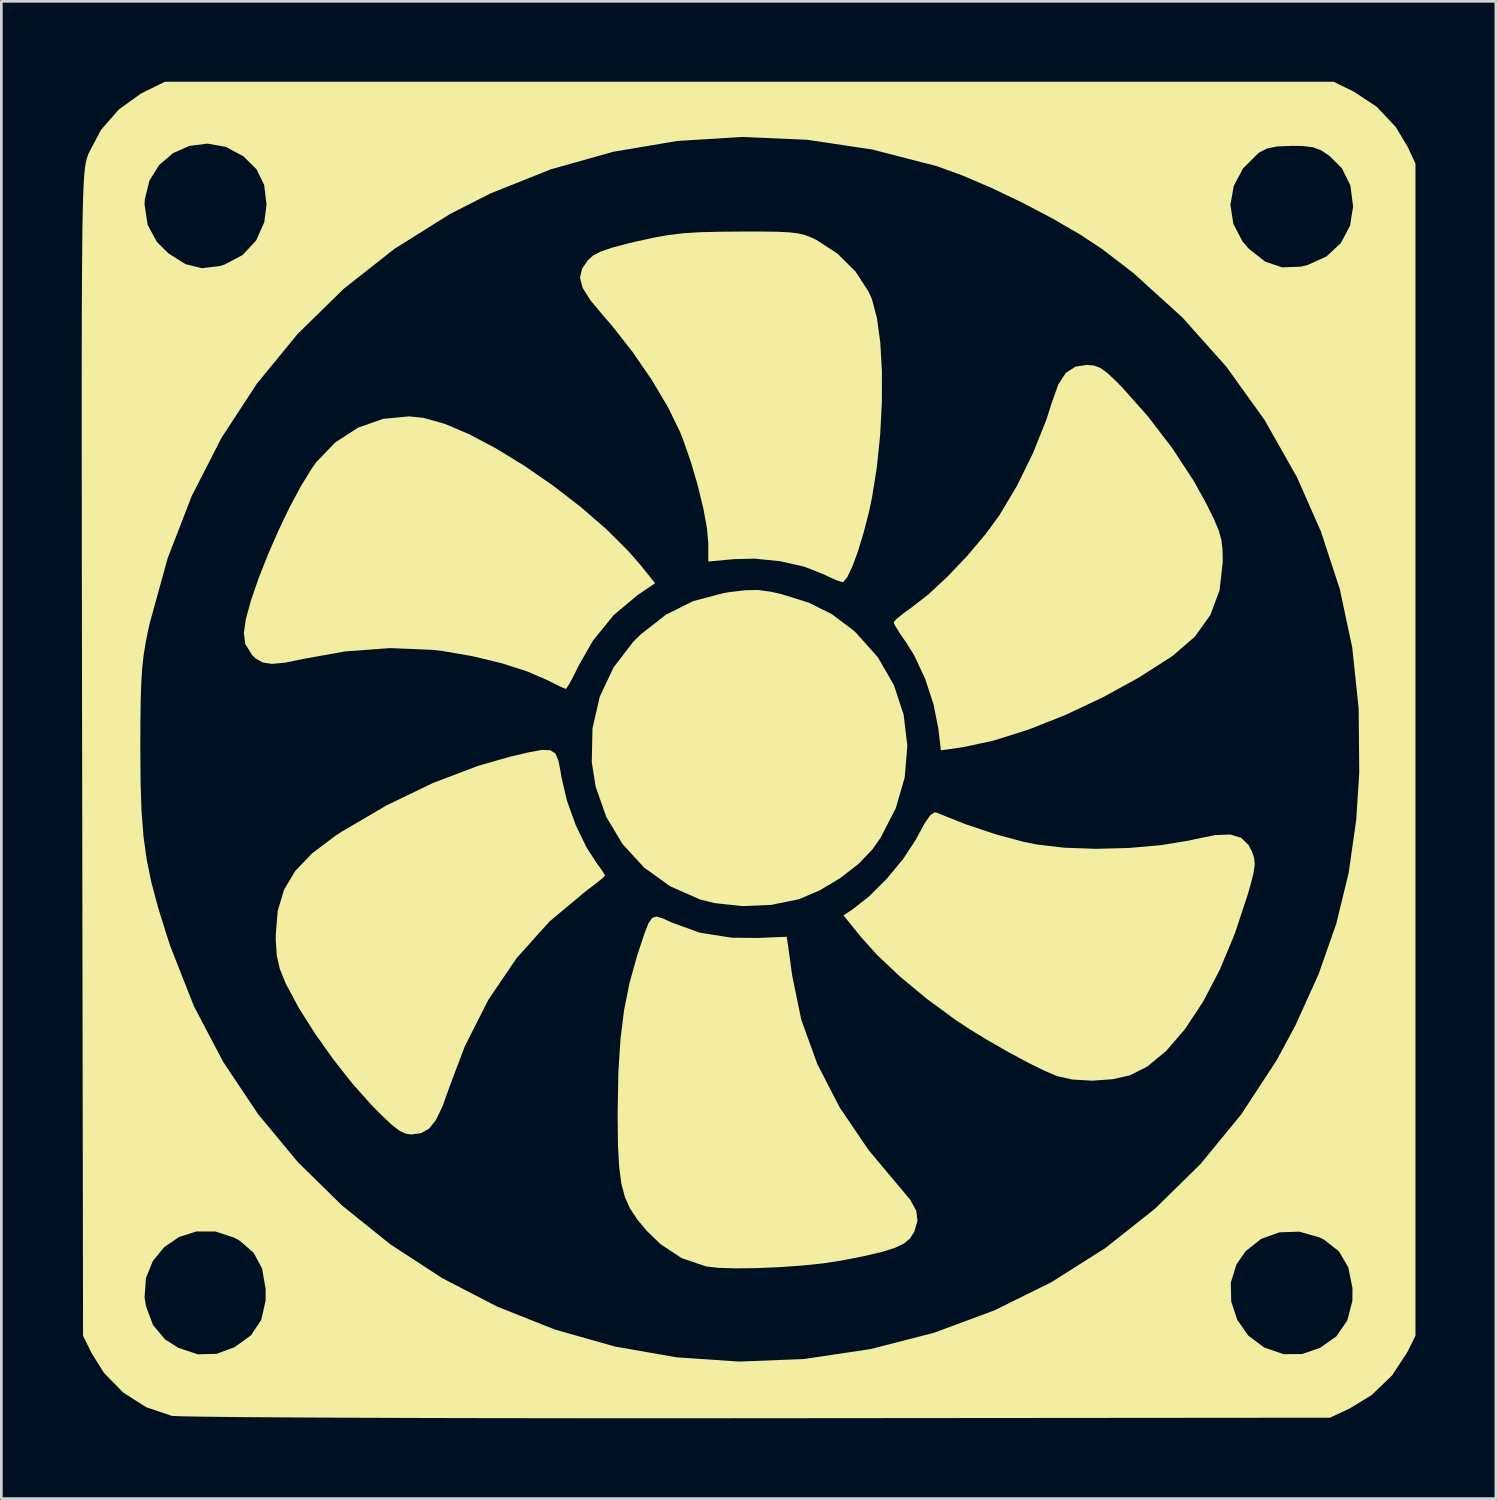
<source format=kicad_pcb>
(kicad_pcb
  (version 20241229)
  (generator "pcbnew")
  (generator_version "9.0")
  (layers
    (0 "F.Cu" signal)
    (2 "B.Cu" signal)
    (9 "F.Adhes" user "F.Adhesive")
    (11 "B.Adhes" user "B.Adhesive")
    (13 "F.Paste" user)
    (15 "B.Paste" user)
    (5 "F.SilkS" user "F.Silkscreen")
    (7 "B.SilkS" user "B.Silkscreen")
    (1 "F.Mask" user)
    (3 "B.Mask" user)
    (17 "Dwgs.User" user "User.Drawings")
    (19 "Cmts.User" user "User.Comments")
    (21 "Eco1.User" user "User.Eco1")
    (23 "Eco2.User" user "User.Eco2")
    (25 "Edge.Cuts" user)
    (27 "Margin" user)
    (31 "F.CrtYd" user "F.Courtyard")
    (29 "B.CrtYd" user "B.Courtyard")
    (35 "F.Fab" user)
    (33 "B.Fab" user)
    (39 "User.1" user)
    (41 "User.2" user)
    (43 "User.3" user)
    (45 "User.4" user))
  (footprint "fan"
    (layer "F.Cu")
    (at 24.852 24.935)
    (property "Reference" "fan" (at 0 0 0) (layer "F.SilkS") (effects (font (size 1.5 1.5) (thickness 0.3))))
    (attr board_only exclude_from_pos_files exclude_from_bom)
    (fp_poly (pts (xy 0.872 -5.898) (xy 1.259 -5.81) (xy 2.288 -5.489) (xy 3.149 -5.059) (xy 3.93 -4.474) (xy 4.047 -4.369) (xy 4.869 -3.447) (xy 5.465 -2.414) (xy 5.831 -1.301) (xy 5.967 -0.142) (xy 5.869 1.033) (xy 5.534 2.19) (xy 4.961 3.298) (xy 4.669 3.714) (xy 4.15 4.259) (xy 3.463 4.791) (xy 2.699 5.249) (xy 1.95 5.569) (xy 1.902 5.584) (xy 0.894 5.791) (xy -0.191 5.838) (xy -1.24 5.724) (xy -1.775 5.589) (xy -2.886 5.099) (xy -3.856 4.402) (xy -4.659 3.528) (xy -5.271 2.509) (xy -5.669 1.373) (xy -5.812 0.465) (xy -5.786 -0.798) (xy -5.512 -1.984) (xy -5 -3.071) (xy -4.257 -4.037) (xy -3.989 -4.301) (xy -3.04 -5.042) (xy -2.024 -5.548) (xy -0.876 -5.85) (xy -0.682 -5.881) (xy -0.073 -5.954) (xy 0.402 -5.961)) (stroke (width 0) (type solid)) (fill yes) (layer "F.SilkS"))
    (fp_poly (pts (xy -12.101 -12.388) (xy -11.308 -12.167) (xy -10.383 -11.773) (xy -9.369 -11.236) (xy -8.308 -10.584) (xy -7.241 -9.846) (xy -6.212 -9.05) (xy -5.262 -8.226) (xy -4.435 -7.401) (xy -3.97 -6.864) (xy -3.448 -6.214) (xy -4.1 -5.775) (xy -4.993 -5.026) (xy -5.765 -4.077) (xy -6.29 -3.161) (xy -6.503 -2.731) (xy -6.675 -2.415) (xy -6.775 -2.272) (xy -6.782 -2.27) (xy -6.928 -2.328) (xy -7.23 -2.474) (xy -7.471 -2.597) (xy -8.241 -2.929) (xy -9.198 -3.234) (xy -10.264 -3.491) (xy -11.359 -3.68) (xy -11.742 -3.727) (xy -13.338 -3.793) (xy -15.025 -3.668) (xy -16.594 -3.387) (xy -17.267 -3.249) (xy -17.748 -3.203) (xy -18.093 -3.255) (xy -18.361 -3.408) (xy -18.492 -3.532) (xy -18.749 -3.952) (xy -18.799 -4.363) (xy -18.724 -4.874) (xy -18.537 -5.563) (xy -18.257 -6.376) (xy -17.909 -7.262) (xy -17.514 -8.168) (xy -17.094 -9.044) (xy -16.671 -9.836) (xy -16.267 -10.493) (xy -16.103 -10.724) (xy -15.387 -11.471) (xy -14.541 -12.018) (xy -13.608 -12.349) (xy -12.634 -12.443)) (stroke (width 0) (type solid)) (fill yes) (layer "F.SilkS"))
    (fp_poly (pts (xy 12.934 -14.341) (xy 13.174 -14.252) (xy 13.443 -14.055) (xy 13.802 -13.713) (xy 13.98 -13.531) (xy 14.948 -12.443) (xy 15.863 -11.246) (xy 16.66 -10.029) (xy 17.119 -9.202) (xy 17.406 -8.62) (xy 17.589 -8.19) (xy 17.69 -7.833) (xy 17.733 -7.465) (xy 17.74 -7.008) (xy 17.622 -5.952) (xy 17.278 -5.028) (xy 16.698 -4.218) (xy 15.875 -3.507) (xy 15.849 -3.489) (xy 14.602 -2.689) (xy 13.256 -1.951) (xy 11.868 -1.297) (xy 10.495 -0.753) (xy 9.193 -0.342) (xy 8.019 -0.089) (xy 7.898 -0.072) (xy 7.218 0.02) (xy 7.129 -0.755) (xy 6.945 -1.696) (xy 6.627 -2.66) (xy 6.215 -3.537) (xy 5.931 -3.989) (xy 5.68 -4.354) (xy 5.508 -4.635) (xy 5.456 -4.754) (xy 5.559 -4.877) (xy 5.822 -5.091) (xy 6.088 -5.28) (xy 6.746 -5.792) (xy 7.473 -6.467) (xy 8.208 -7.241) (xy 8.888 -8.048) (xy 9.405 -8.755) (xy 10.058 -9.847) (xy 10.659 -11.072) (xy 11.154 -12.308) (xy 11.364 -12.966) (xy 11.603 -13.633) (xy 11.886 -14.067) (xy 12.242 -14.299) (xy 12.661 -14.362)) (stroke (width 0) (type solid)) (fill yes) (layer "F.SilkS"))
    (fp_poly (pts (xy -7.364 0.018) (xy -7.174 0.14) (xy -7.061 0.394) (xy -6.981 0.797) (xy -6.945 1.024) (xy -6.737 1.911) (xy -6.407 2.826) (xy -5.998 3.666) (xy -5.645 4.21) (xy -5.44 4.493) (xy -5.327 4.676) (xy -5.319 4.7) (xy -5.419 4.803) (xy -5.678 5.012) (xy -6.008 5.257) (xy -7.391 6.413) (xy -8.615 7.776) (xy -9.672 9.333) (xy -10.551 11.07) (xy -11.116 12.564) (xy -11.381 13.306) (xy -11.629 13.822) (xy -11.888 14.146) (xy -12.186 14.314) (xy -12.548 14.362) (xy -12.764 14.332) (xy -12.995 14.221) (xy -13.284 13.996) (xy -13.676 13.626) (xy -14.039 13.257) (xy -14.742 12.471) (xy -15.463 11.555) (xy -16.151 10.584) (xy -16.751 9.633) (xy -17.211 8.777) (xy -17.243 8.708) (xy -17.456 8.184) (xy -17.569 7.7) (xy -17.608 7.124) (xy -17.609 6.915) (xy -17.535 6.011) (xy -17.3 5.227) (xy -16.879 4.524) (xy -16.249 3.866) (xy -15.385 3.214) (xy -15.169 3.072) (xy -13.472 2.078) (xy -11.745 1.244) (xy -10.047 0.599) (xy -8.854 0.259) (xy -8.158 0.096) (xy -7.677 0.009)) (stroke (width 0) (type solid)) (fill yes) (layer "F.SilkS"))
    (fp_poly (pts (xy 7.048 2.346) (xy 8.141 2.782) (xy 9.254 3.155) (xy 10.292 3.435) (xy 10.792 3.537) (xy 11.823 3.658) (xy 13.004 3.7) (xy 14.239 3.668) (xy 15.432 3.563) (xy 16.487 3.39) (xy 16.714 3.338) (xy 17.47 3.186) (xy 18.028 3.166) (xy 18.426 3.288) (xy 18.704 3.558) (xy 18.83 3.799) (xy 18.912 4.039) (xy 18.935 4.279) (xy 18.892 4.592) (xy 18.776 5.05) (xy 18.686 5.367) (xy 18.195 6.856) (xy 17.63 8.211) (xy 17.005 9.408) (xy 16.334 10.426) (xy 15.633 11.242) (xy 14.915 11.834) (xy 14.271 12.156) (xy 13.617 12.302) (xy 12.863 12.354) (xy 12.127 12.312) (xy 11.555 12.184) (xy 11.082 11.983) (xy 10.454 11.672) (xy 9.737 11.286) (xy 8.996 10.861) (xy 8.297 10.436) (xy 7.774 10.092) (xy 6.692 9.297) (xy 5.694 8.47) (xy 4.837 7.659) (xy 4.254 7.011) (xy 3.583 6.184) (xy 3.886 5.987) (xy 4.535 5.479) (xy 5.204 4.812) (xy 5.814 4.073) (xy 6.288 3.35) (xy 6.346 3.241) (xy 6.624 2.73) (xy 6.83 2.439) (xy 6.986 2.337)) (stroke (width 0) (type solid)) (fill yes) (layer "F.SilkS"))
    (fp_poly (pts (xy -3.161 6.298) (xy -2.855 6.441) (xy -1.775 6.832) (xy -0.598 7.017) (xy 0.366 7.027) (xy 1.464 6.982) (xy 1.524 7.381) (xy 1.578 7.763) (xy 1.643 8.246) (xy 1.666 8.419) (xy 2.007 10.075) (xy 2.604 11.728) (xy 3.446 13.361) (xy 4.524 14.951) (xy 5.649 16.291) (xy 6.073 16.797) (xy 6.299 17.207) (xy 6.347 17.578) (xy 6.234 17.968) (xy 6.209 18.022) (xy 6.065 18.245) (xy 5.845 18.431) (xy 5.509 18.593) (xy 5.022 18.746) (xy 4.344 18.904) (xy 3.475 19.075) (xy 2.811 19.175) (xy 2.022 19.256) (xy 1.17 19.316) (xy 0.322 19.352) (xy -0.457 19.36) (xy -1.103 19.34) (xy -1.55 19.287) (xy -1.55 19.287) (xy -2.452 18.98) (xy -3.25 18.456) (xy -3.762 17.956) (xy -4.113 17.537) (xy -4.38 17.133) (xy -4.576 16.699) (xy -4.709 16.189) (xy -4.791 15.56) (xy -4.834 14.768) (xy -4.846 13.767) (xy -4.845 13.431) (xy -4.818 12.011) (xy -4.74 10.79) (xy -4.604 9.707) (xy -4.401 8.699) (xy -4.123 7.703) (xy -4.046 7.465) (xy -3.845 6.862) (xy -3.695 6.477) (xy -3.556 6.277) (xy -3.391 6.228)) (stroke (width 0) (type solid)) (fill yes) (layer "F.SilkS"))
    (fp_poly (pts (xy 1.123 -19.334) (xy 1.573 -19.312) (xy 1.905 -19.271) (xy 2.166 -19.205) (xy 2.405 -19.11) (xy 2.568 -19.032) (xy 3.354 -18.522) (xy 4.028 -17.854) (xy 4.523 -17.097) (xy 4.647 -16.812) (xy 4.834 -16.106) (xy 4.957 -15.195) (xy 5.018 -14.131) (xy 5.016 -12.968) (xy 4.953 -11.757) (xy 4.83 -10.552) (xy 4.647 -9.406) (xy 4.527 -8.842) (xy 4.329 -8.077) (xy 4.12 -7.396) (xy 3.915 -6.839) (xy 3.73 -6.448) (xy 3.581 -6.265) (xy 3.548 -6.256) (xy 3.34 -6.318) (xy 3.008 -6.466) (xy 2.879 -6.532) (xy 2.129 -6.829) (xy 1.227 -7.035) (xy 0.274 -7.131) (xy -0.499 -7.114) (xy -1.463 -7.025) (xy -1.463 -7.685) (xy -1.512 -8.259) (xy -1.648 -9.006) (xy -1.853 -9.851) (xy -2.107 -10.722) (xy -2.393 -11.546) (xy -2.52 -11.866) (xy -2.969 -12.788) (xy -3.573 -13.804) (xy -4.284 -14.84) (xy -5.052 -15.821) (xy -5.378 -16.197) (xy -5.864 -16.777) (xy -6.151 -17.235) (xy -6.252 -17.613) (xy -6.177 -17.952) (xy -5.951 -18.28) (xy -5.759 -18.449) (xy -5.476 -18.596) (xy -5.051 -18.742) (xy -4.434 -18.904) (xy -4.123 -18.977) (xy -3.491 -19.116) (xy -2.937 -19.214) (xy -2.388 -19.279) (xy -1.771 -19.317) (xy -1.014 -19.335) (xy -0.332 -19.341) (xy 0.504 -19.342)) (stroke (width 0) (type solid)) (fill yes) (layer "F.SilkS"))
    (fp_poly (pts (xy 22.629 -24.565) (xy 23.486 -24.002) (xy 24.199 -23.246) (xy 24.65 -22.491) (xy 24.935 -21.876) (xy 24.935 0) (xy 24.935 21.876) (xy 24.622 22.506) (xy 24.058 23.36) (xy 23.304 24.085) (xy 22.495 24.582) (xy 21.743 24.935) (xy 0.399 24.954) (xy -1.972 24.956) (xy -4.275 24.956) (xy -6.498 24.955) (xy -8.623 24.952) (xy -10.639 24.949) (xy -12.529 24.944) (xy -14.279 24.938) (xy -15.875 24.931) (xy -17.302 24.923) (xy -18.546 24.915) (xy -19.591 24.905) (xy -20.425 24.895) (xy -21.031 24.884) (xy -21.395 24.872) (xy -21.498 24.864) (xy -22.444 24.544) (xy -23.299 23.999) (xy -24.016 23.268) (xy -24.479 22.531) (xy -24.802 21.876) (xy -24.804 20.445) (xy -22.505 20.445) (xy -22.455 20.765) (xy -22.19 21.477) (xy -21.742 22.01) (xy -21.246 22.327) (xy -20.52 22.568) (xy -19.816 22.551) (xy -19.137 22.298) (xy -18.532 21.858) (xy -18.152 21.289) (xy -17.988 20.573) (xy -17.985 20.141) (xy -18.117 19.372) (xy -18.432 18.78) (xy -18.951 18.331) (xy -19.156 18.216) (xy -19.868 17.982) (xy -20.568 17.983) (xy -21.215 18.188) (xy -21.771 18.566) (xy -22.198 19.089) (xy -22.455 19.725) (xy -22.505 20.445) (xy -24.804 20.445) (xy -24.836 0.175) (xy -24.837 -0.066) (xy -22.664 -0.066) (xy -22.655 1.214) (xy -22.619 2.292) (xy -22.546 3.232) (xy -22.427 4.097) (xy -22.252 4.951) (xy -22.011 5.857) (xy -21.695 6.877) (xy -21.538 7.354) (xy -20.665 9.57) (xy -19.57 11.655) (xy -18.273 13.597) (xy -16.79 15.387) (xy -15.138 17.011) (xy -13.335 18.461) (xy -11.399 19.723) (xy -9.345 20.787) (xy -7.192 21.643) (xy -4.956 22.277) (xy -2.656 22.68) (xy -0.308 22.84) (xy 2.071 22.746) (xy 2.147 22.739) (xy 4.601 22.372) (xy 6.965 21.764) (xy 9.223 20.926) (xy 11.31 19.893) (xy 18.041 19.893) (xy 18.058 20.603) (xy 18.283 21.283) (xy 18.695 21.871) (xy 19.274 22.306) (xy 19.305 22.322) (xy 20.018 22.565) (xy 20.706 22.558) (xy 21.37 22.329) (xy 21.983 21.897) (xy 22.39 21.305) (xy 22.579 20.577) (xy 22.583 20.1) (xy 22.427 19.324) (xy 22.079 18.726) (xy 21.528 18.292) (xy 21.357 18.206) (xy 20.6 17.991) (xy 19.855 18.015) (xy 19.172 18.261) (xy 18.598 18.715) (xy 18.253 19.213) (xy 18.041 19.893) (xy 11.31 19.893) (xy 11.361 19.867) (xy 13.364 18.598) (xy 15.219 17.127) (xy 16.91 15.466) (xy 18.423 13.623) (xy 19.744 11.608) (xy 20.447 10.304) (xy 21.32 8.374) (xy 21.978 6.497) (xy 22.44 4.603) (xy 22.723 2.618) (xy 22.836 0.862) (xy 22.814 -1.541) (xy 22.574 -3.818) (xy 22.107 -6.006) (xy 21.407 -8.142) (xy 20.51 -10.173) (xy 19.306 -12.302) (xy 17.879 -14.291) (xy 16.243 -16.125) (xy 14.41 -17.789) (xy 13.232 -18.693) (xy 12.395 -19.244) (xy 11.381 -19.831) (xy 10.422 -20.335) (xy 18.027 -20.335) (xy 18.136 -19.63) (xy 18.48 -18.97) (xy 18.723 -18.69) (xy 19.323 -18.221) (xy 19.951 -18.005) (xy 20.651 -18.031) (xy 20.908 -18.092) (xy 21.613 -18.412) (xy 22.152 -18.916) (xy 22.493 -19.562) (xy 22.607 -20.278) (xy 22.505 -21.065) (xy 22.189 -21.704) (xy 21.734 -22.158) (xy 21.419 -22.371) (xy 21.116 -22.487) (xy 20.724 -22.534) (xy 20.333 -22.541) (xy 19.772 -22.519) (xy 19.388 -22.44) (xy 19.094 -22.286) (xy 19.068 -22.267) (xy 18.498 -21.699) (xy 18.149 -21.04) (xy 18.027 -20.335) (xy 10.422 -20.335) (xy 10.267 -20.417) (xy 9.13 -20.961) (xy 8.048 -21.426) (xy 7.098 -21.773) (xy 7.048 -21.788) (xy 4.646 -22.407) (xy 2.222 -22.768) (xy -0.207 -22.873) (xy -2.621 -22.723) (xy -5.002 -22.321) (xy -7.331 -21.668) (xy -9.591 -20.766) (xy -11.104 -19.996) (xy -13.183 -18.693) (xy -15.082 -17.196) (xy -16.795 -15.516) (xy -18.314 -13.662) (xy -19.633 -11.644) (xy -20.745 -9.47) (xy -21.643 -7.15) (xy -22.321 -4.694) (xy -22.362 -4.505) (xy -22.462 -4.013) (xy -22.538 -3.55) (xy -22.592 -3.067) (xy -22.628 -2.513) (xy -22.65 -1.838) (xy -22.661 -0.992) (xy -22.664 -0.066) (xy -24.837 -0.066) (xy -24.841 -2.636) (xy -24.845 -5.195) (xy -24.848 -7.512) (xy -24.85 -9.6) (xy -24.852 -11.472) (xy -24.852 -13.141) (xy -24.851 -14.618) (xy -24.849 -15.916) (xy -24.845 -17.047) (xy -24.839 -18.024) (xy -24.832 -18.86) (xy -24.823 -19.566) (xy -24.812 -20.155) (xy -24.807 -20.347) (xy -22.505 -20.347) (xy -22.392 -19.592) (xy -22.045 -18.953) (xy -21.61 -18.523) (xy -20.98 -18.126) (xy -20.363 -17.973) (xy -19.7 -18.054) (xy -19.535 -18.104) (xy -18.851 -18.463) (xy -18.343 -19.005) (xy -18.036 -19.693) (xy -17.953 -20.347) (xy -18.041 -21.079) (xy -18.324 -21.664) (xy -18.812 -22.147) (xy -19.468 -22.501) (xy -20.156 -22.624) (xy -20.83 -22.539) (xy -21.446 -22.266) (xy -21.959 -21.827) (xy -22.324 -21.246) (xy -22.497 -20.542) (xy -22.505 -20.347) (xy -24.807 -20.347) (xy -24.799 -20.64) (xy -24.783 -21.033) (xy -24.765 -21.347) (xy -24.745 -21.593) (xy -24.721 -21.785) (xy -24.695 -21.934) (xy -24.666 -22.053) (xy -24.634 -22.155) (xy -24.599 -22.252) (xy -24.135 -23.132) (xy -23.468 -23.897) (xy -22.654 -24.483) (xy -22.503 -24.561) (xy -21.743 -24.935) (xy 0.066 -24.935) (xy 21.876 -24.935)) (stroke (width 0) (type solid)) (fill yes) (layer "F.SilkS")))
  (gr_rect
    (start -3 -3)
    (end 52.787 52.891)
    (stroke (width 0.1) (type default))
    (fill no)
    (layer "Edge.Cuts")))
</source>
